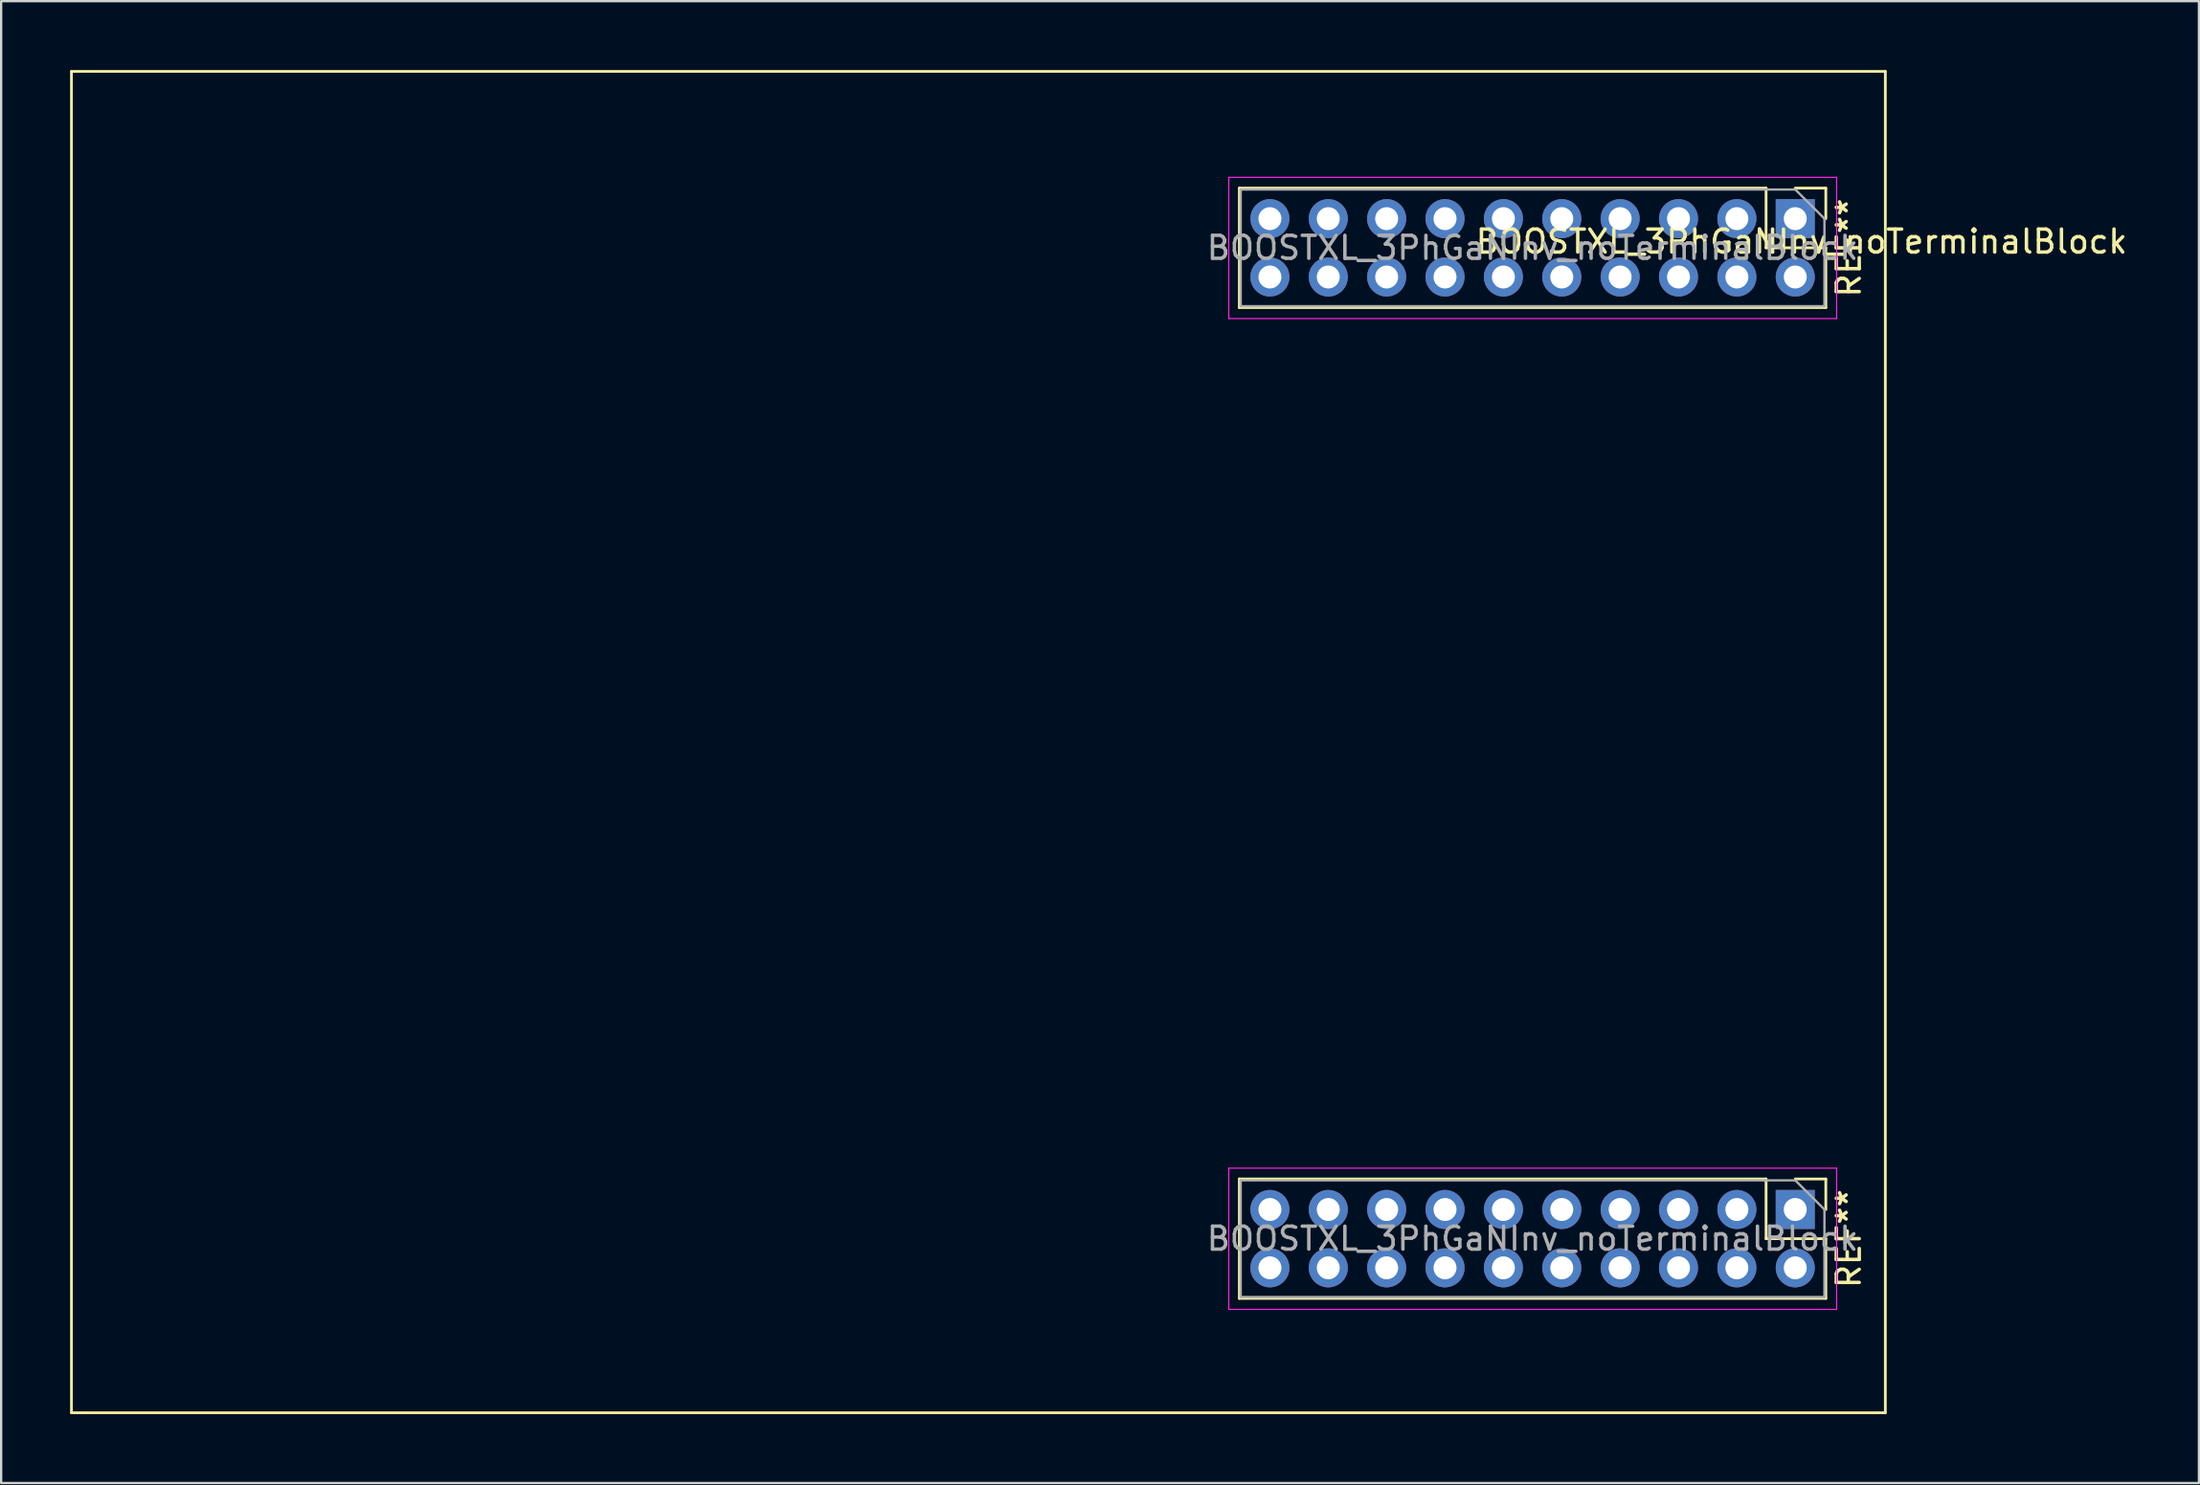
<source format=kicad_pcb>
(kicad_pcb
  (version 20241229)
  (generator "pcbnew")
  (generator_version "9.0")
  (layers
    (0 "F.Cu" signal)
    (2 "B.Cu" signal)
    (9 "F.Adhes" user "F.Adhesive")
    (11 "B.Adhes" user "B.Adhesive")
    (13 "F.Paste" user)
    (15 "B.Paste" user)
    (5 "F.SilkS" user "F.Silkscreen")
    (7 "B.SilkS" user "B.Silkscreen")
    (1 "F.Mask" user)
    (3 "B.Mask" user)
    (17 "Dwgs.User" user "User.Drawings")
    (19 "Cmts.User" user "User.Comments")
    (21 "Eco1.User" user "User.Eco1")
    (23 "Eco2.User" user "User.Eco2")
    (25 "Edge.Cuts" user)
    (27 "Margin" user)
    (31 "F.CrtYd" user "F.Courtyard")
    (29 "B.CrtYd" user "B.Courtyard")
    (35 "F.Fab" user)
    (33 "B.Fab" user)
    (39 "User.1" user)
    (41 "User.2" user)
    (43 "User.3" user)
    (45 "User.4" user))
  (footprint "BOOSTXL_3PhGaNInv_noTerminalBlock"
    (layer "F.Cu")
    (at 39.525 29.26)
    (property "Reference" "BOOSTXL_3PhGaNInv_noTerminalBlock" (at 35.819 -21.792 0) (layer "F.SilkS") (effects (font (size 1 1) (thickness 0.15))))
    (attr through_hole)
    (fp_line (start -39.465 -29.2) (end -39.465 29.2) (stroke (width 0.12) (type solid)) (layer "F.SilkS"))
    (fp_line (start -39.465 -29.2) (end 39.465 -29.2) (stroke (width 0.12) (type solid)) (layer "F.SilkS"))
    (fp_line (start -39.465 29.2) (end 39.465 29.2) (stroke (width 0.12) (type solid)) (layer "F.SilkS"))
    (fp_line (start 11.355 -24.12) (end 11.355 -18.92) (stroke (width 0.12) (type solid)) (layer "F.SilkS"))
    (fp_line (start 11.355 19.02) (end 11.355 24.22) (stroke (width 0.12) (type solid)) (layer "F.SilkS"))
    (fp_line (start 34.275 -24.12) (end 11.355 -24.12) (stroke (width 0.12) (type solid)) (layer "F.SilkS"))
    (fp_line (start 34.275 -24.12) (end 34.275 -21.52) (stroke (width 0.12) (type solid)) (layer "F.SilkS"))
    (fp_line (start 34.275 -21.52) (end 36.875 -21.52) (stroke (width 0.12) (type solid)) (layer "F.SilkS"))
    (fp_line (start 34.275 19.02) (end 11.355 19.02) (stroke (width 0.12) (type solid)) (layer "F.SilkS"))
    (fp_line (start 34.275 19.02) (end 34.275 21.62) (stroke (width 0.12) (type solid)) (layer "F.SilkS"))
    (fp_line (start 34.275 21.62) (end 36.875 21.62) (stroke (width 0.12) (type solid)) (layer "F.SilkS"))
    (fp_line (start 35.545 -24.12) (end 36.875 -24.12) (stroke (width 0.12) (type solid)) (layer "F.SilkS"))
    (fp_line (start 35.545 19.02) (end 36.875 19.02) (stroke (width 0.12) (type solid)) (layer "F.SilkS"))
    (fp_line (start 36.875 -24.12) (end 36.875 -22.79) (stroke (width 0.12) (type solid)) (layer "F.SilkS"))
    (fp_line (start 36.875 -21.52) (end 36.875 -18.92) (stroke (width 0.12) (type solid)) (layer "F.SilkS"))
    (fp_line (start 36.875 -18.92) (end 11.355 -18.92) (stroke (width 0.12) (type solid)) (layer "F.SilkS"))
    (fp_line (start 36.875 19.02) (end 36.875 20.35) (stroke (width 0.12) (type solid)) (layer "F.SilkS"))
    (fp_line (start 36.875 21.62) (end 36.875 24.22) (stroke (width 0.12) (type solid)) (layer "F.SilkS"))
    (fp_line (start 36.875 24.22) (end 11.355 24.22) (stroke (width 0.12) (type solid)) (layer "F.SilkS"))
    (fp_line (start 39.465 -29.2) (end 39.465 29.2) (stroke (width 0.12) (type solid)) (layer "F.SilkS"))
    (fp_line (start 10.895 -24.59) (end 10.895 -18.44) (stroke (width 0.05) (type solid)) (layer "F.CrtYd"))
    (fp_line (start 10.895 -18.44) (end 37.345 -18.44) (stroke (width 0.05) (type solid)) (layer "F.CrtYd"))
    (fp_line (start 10.895 18.55) (end 10.895 24.7) (stroke (width 0.05) (type solid)) (layer "F.CrtYd"))
    (fp_line (start 10.895 24.7) (end 37.345 24.7) (stroke (width 0.05) (type solid)) (layer "F.CrtYd"))
    (fp_line (start 37.345 -24.59) (end 10.895 -24.59) (stroke (width 0.05) (type solid)) (layer "F.CrtYd"))
    (fp_line (start 37.345 -18.44) (end 37.345 -24.59) (stroke (width 0.05) (type solid)) (layer "F.CrtYd"))
    (fp_line (start 37.345 18.55) (end 10.895 18.55) (stroke (width 0.05) (type solid)) (layer "F.CrtYd"))
    (fp_line (start 37.345 24.7) (end 37.345 18.55) (stroke (width 0.05) (type solid)) (layer "F.CrtYd"))
    (fp_line (start 11.415 -24.06) (end 35.545 -24.06) (stroke (width 0.1) (type solid)) (layer "F.Fab"))
    (fp_line (start 11.415 -18.98) (end 11.415 -24.06) (stroke (width 0.1) (type solid)) (layer "F.Fab"))
    (fp_line (start 11.415 19.08) (end 35.545 19.08) (stroke (width 0.1) (type solid)) (layer "F.Fab"))
    (fp_line (start 11.415 24.16) (end 11.415 19.08) (stroke (width 0.1) (type solid)) (layer "F.Fab"))
    (fp_line (start 35.545 -24.06) (end 36.815 -22.79) (stroke (width 0.1) (type solid)) (layer "F.Fab"))
    (fp_line (start 35.545 19.08) (end 36.815 20.35) (stroke (width 0.1) (type solid)) (layer "F.Fab"))
    (fp_line (start 36.815 -22.79) (end 36.815 -18.98) (stroke (width 0.1) (type solid)) (layer "F.Fab"))
    (fp_line (start 36.815 -18.98) (end 11.415 -18.98) (stroke (width 0.1) (type solid)) (layer "F.Fab"))
    (fp_line (start 36.815 20.35) (end 36.815 24.16) (stroke (width 0.1) (type solid)) (layer "F.Fab"))
    (fp_line (start 36.815 24.16) (end 11.415 24.16) (stroke (width 0.1) (type solid)) (layer "F.Fab"))
    (fp_text user "REF**" (at 37.875 -21.52 270) (layer "F.SilkS") (effects (font (size 1 1) (thickness 0.15))))
    (fp_text user "REF**" (at 37.875 21.62 270) (layer "F.SilkS") (effects (font (size 1 1) (thickness 0.15))))
    (fp_text user "${REFERENCE}" (at 24.115 21.62 0) (layer "F.Fab") (effects (font (size 1 1) (thickness 0.15))))
    (fp_text user "${REFERENCE}" (at 24.115 -21.52 0) (layer "F.Fab") (effects (font (size 1 1) (thickness 0.15))))
    (pad "1" thru_hole rect (at 35.545 -22.79 270) (size 1.7 1.7) (drill 1) (layers "*.Cu" "*.Mask"))
    (pad "2" thru_hole oval (at 33.005 -22.79 180) (size 1.7 1.7) (drill 1) (layers "*.Cu" "*.Mask"))
    (pad "3" thru_hole oval (at 30.465 -22.79 270) (size 1.7 1.7) (drill 1) (layers "*.Cu" "*.Mask"))
    (pad "4" thru_hole oval (at 27.925 -22.79 270) (size 1.7 1.7) (drill 1) (layers "*.Cu" "*.Mask"))
    (pad "5" thru_hole oval (at 25.385 -22.79 270) (size 1.7 1.7) (drill 1) (layers "*.Cu" "*.Mask"))
    (pad "6" thru_hole oval (at 22.845 -22.79 270) (size 1.7 1.7) (drill 1) (layers "*.Cu" "*.Mask"))
    (pad "7" thru_hole oval (at 20.305 -22.79 270) (size 1.7 1.7) (drill 1) (layers "*.Cu" "*.Mask"))
    (pad "8" thru_hole oval (at 17.765 -22.79 270) (size 1.7 1.7) (drill 1) (layers "*.Cu" "*.Mask"))
    (pad "9" thru_hole oval (at 15.225 -22.79 270) (size 1.7 1.7) (drill 1) (layers "*.Cu" "*.Mask"))
    (pad "10" thru_hole oval (at 12.685 -22.79 270) (size 1.7 1.7) (drill 1) (layers "*.Cu" "*.Mask"))
    (pad "11" thru_hole oval (at 35.545 -20.25 270) (size 1.7 1.7) (drill 1) (layers "*.Cu" "*.Mask"))
    (pad "12" thru_hole oval (at 33.005 -20.25 270) (size 1.7 1.7) (drill 1) (layers "*.Cu" "*.Mask"))
    (pad "13" thru_hole oval (at 30.465 -20.25 270) (size 1.7 1.7) (drill 1) (layers "*.Cu" "*.Mask"))
    (pad "14" thru_hole oval (at 27.925 -20.25 270) (size 1.7 1.7) (drill 1) (layers "*.Cu" "*.Mask"))
    (pad "15" thru_hole oval (at 25.385 -20.25 270) (size 1.7 1.7) (drill 1) (layers "*.Cu" "*.Mask"))
    (pad "16" thru_hole oval (at 22.845 -20.25 270) (size 1.7 1.7) (drill 1) (layers "*.Cu" "*.Mask"))
    (pad "17" thru_hole oval (at 20.305 -20.25 270) (size 1.7 1.7) (drill 1) (layers "*.Cu" "*.Mask"))
    (pad "18" thru_hole oval (at 17.765 -20.25 270) (size 1.7 1.7) (drill 1) (layers "*.Cu" "*.Mask"))
    (pad "19" thru_hole oval (at 15.225 -20.25 270) (size 1.7 1.7) (drill 1) (layers "*.Cu" "*.Mask"))
    (pad "20" thru_hole oval (at 12.685 -20.25 270) (size 1.7 1.7) (drill 1) (layers "*.Cu" "*.Mask"))
    (pad "21" thru_hole rect (at 35.545 20.35 270) (size 1.7 1.7) (drill 1) (layers "*.Cu" "*.Mask"))
    (pad "22" thru_hole oval (at 33.005 20.35 270) (size 1.7 1.7) (drill 1) (layers "*.Cu" "*.Mask"))
    (pad "23" thru_hole oval (at 30.465 20.35 270) (size 1.7 1.7) (drill 1) (layers "*.Cu" "*.Mask"))
    (pad "24" thru_hole oval (at 27.925 20.35 270) (size 1.7 1.7) (drill 1) (layers "*.Cu" "*.Mask"))
    (pad "25" thru_hole oval (at 25.385 20.35 270) (size 1.7 1.7) (drill 1) (layers "*.Cu" "*.Mask"))
    (pad "26" thru_hole oval (at 22.845 20.35 270) (size 1.7 1.7) (drill 1) (layers "*.Cu" "*.Mask"))
    (pad "27" thru_hole oval (at 20.305 20.35 270) (size 1.7 1.7) (drill 1) (layers "*.Cu" "*.Mask"))
    (pad "28" thru_hole oval (at 17.765 20.35 270) (size 1.7 1.7) (drill 1) (layers "*.Cu" "*.Mask"))
    (pad "29" thru_hole oval (at 15.225 20.35) (size 1.7 1.7) (drill 1) (layers "*.Cu" "*.Mask"))
    (pad "30" thru_hole oval (at 12.685 20.35 90) (size 1.7 1.7) (drill 1) (layers "*.Cu" "*.Mask"))
    (pad "31" thru_hole oval (at 35.545 22.89 270) (size 1.7 1.7) (drill 1) (layers "*.Cu" "*.Mask"))
    (pad "32" thru_hole oval (at 33.005 22.89 270) (size 1.7 1.7) (drill 1) (layers "*.Cu" "*.Mask"))
    (pad "33" thru_hole oval (at 30.465 22.89 270) (size 1.7 1.7) (drill 1) (layers "*.Cu" "*.Mask"))
    (pad "34" thru_hole oval (at 27.925 22.89 270) (size 1.7 1.7) (drill 1) (layers "*.Cu" "*.Mask"))
    (pad "35" thru_hole oval (at 25.385 22.89 270) (size 1.7 1.7) (drill 1) (layers "*.Cu" "*.Mask"))
    (pad "36" thru_hole oval (at 22.845 22.89 270) (size 1.7 1.7) (drill 1) (layers "*.Cu" "*.Mask"))
    (pad "37" thru_hole oval (at 20.305 22.89) (size 1.7 1.7) (drill 1) (layers "*.Cu" "*.Mask"))
    (pad "38" thru_hole oval (at 17.765 22.89 90) (size 1.7 1.7) (drill 1) (layers "*.Cu" "*.Mask"))
    (pad "39" thru_hole oval (at 15.225 22.89 270) (size 1.7 1.7) (drill 1) (layers "*.Cu" "*.Mask"))
    (pad "40" thru_hole oval (at 12.685 22.89 270) (size 1.7 1.7) (drill 1) (layers "*.Cu" "*.Mask")))
  (gr_rect
    (start -3 -3)
    (end 92.636 61.52)
    (stroke (width 0.1) (type default))
    (fill no)
    (layer "Edge.Cuts")))
</source>
